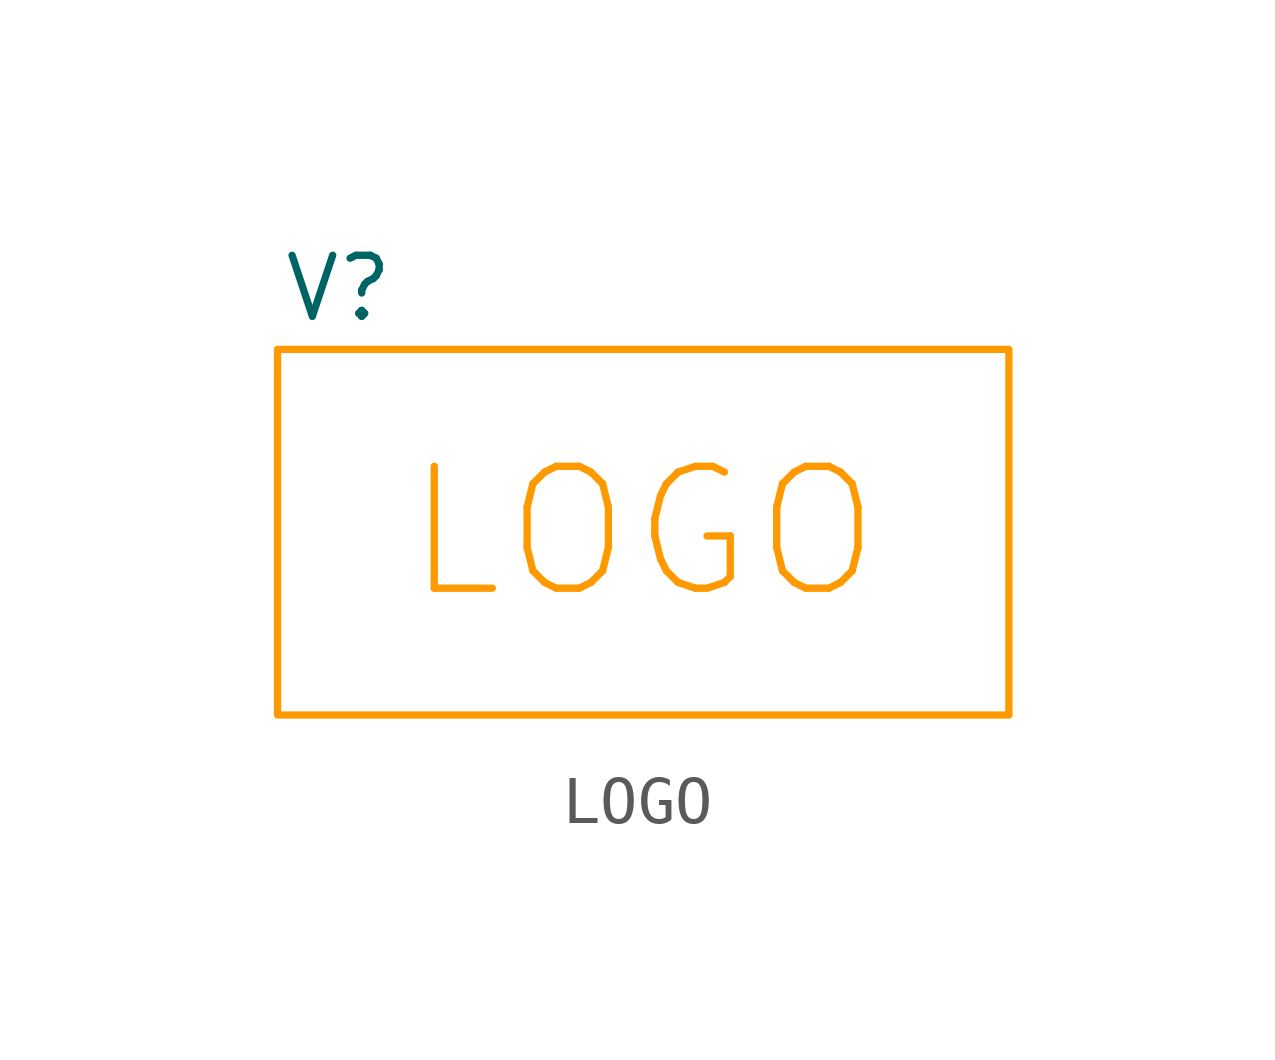
<source format=kicad_sym>
(kicad_symbol_lib
  (version 20220914)
  (generator kicad_symbol_editor)
  (symbol "LOGO"
    (property "Reference" "V"
      (at 1.27 1.27 0)
      (effects (font (size 1.27 1.27))))
    (property "Value" ""
      (at 0 0 0)
      (effects (font (size 1.27 1.27))))
    (symbol "LOGO_1_1"
      (rectangle (start 0 0) (end 15.24 -7.62) (stroke (width 0) (type default) (color 255 153 0 1)) (fill (type none)))
      (text "LOGO" (at 7.62 -3.81 0) (effects (font (size 2.54 2.54) (color 255 153 0 1)))))))
</source>
